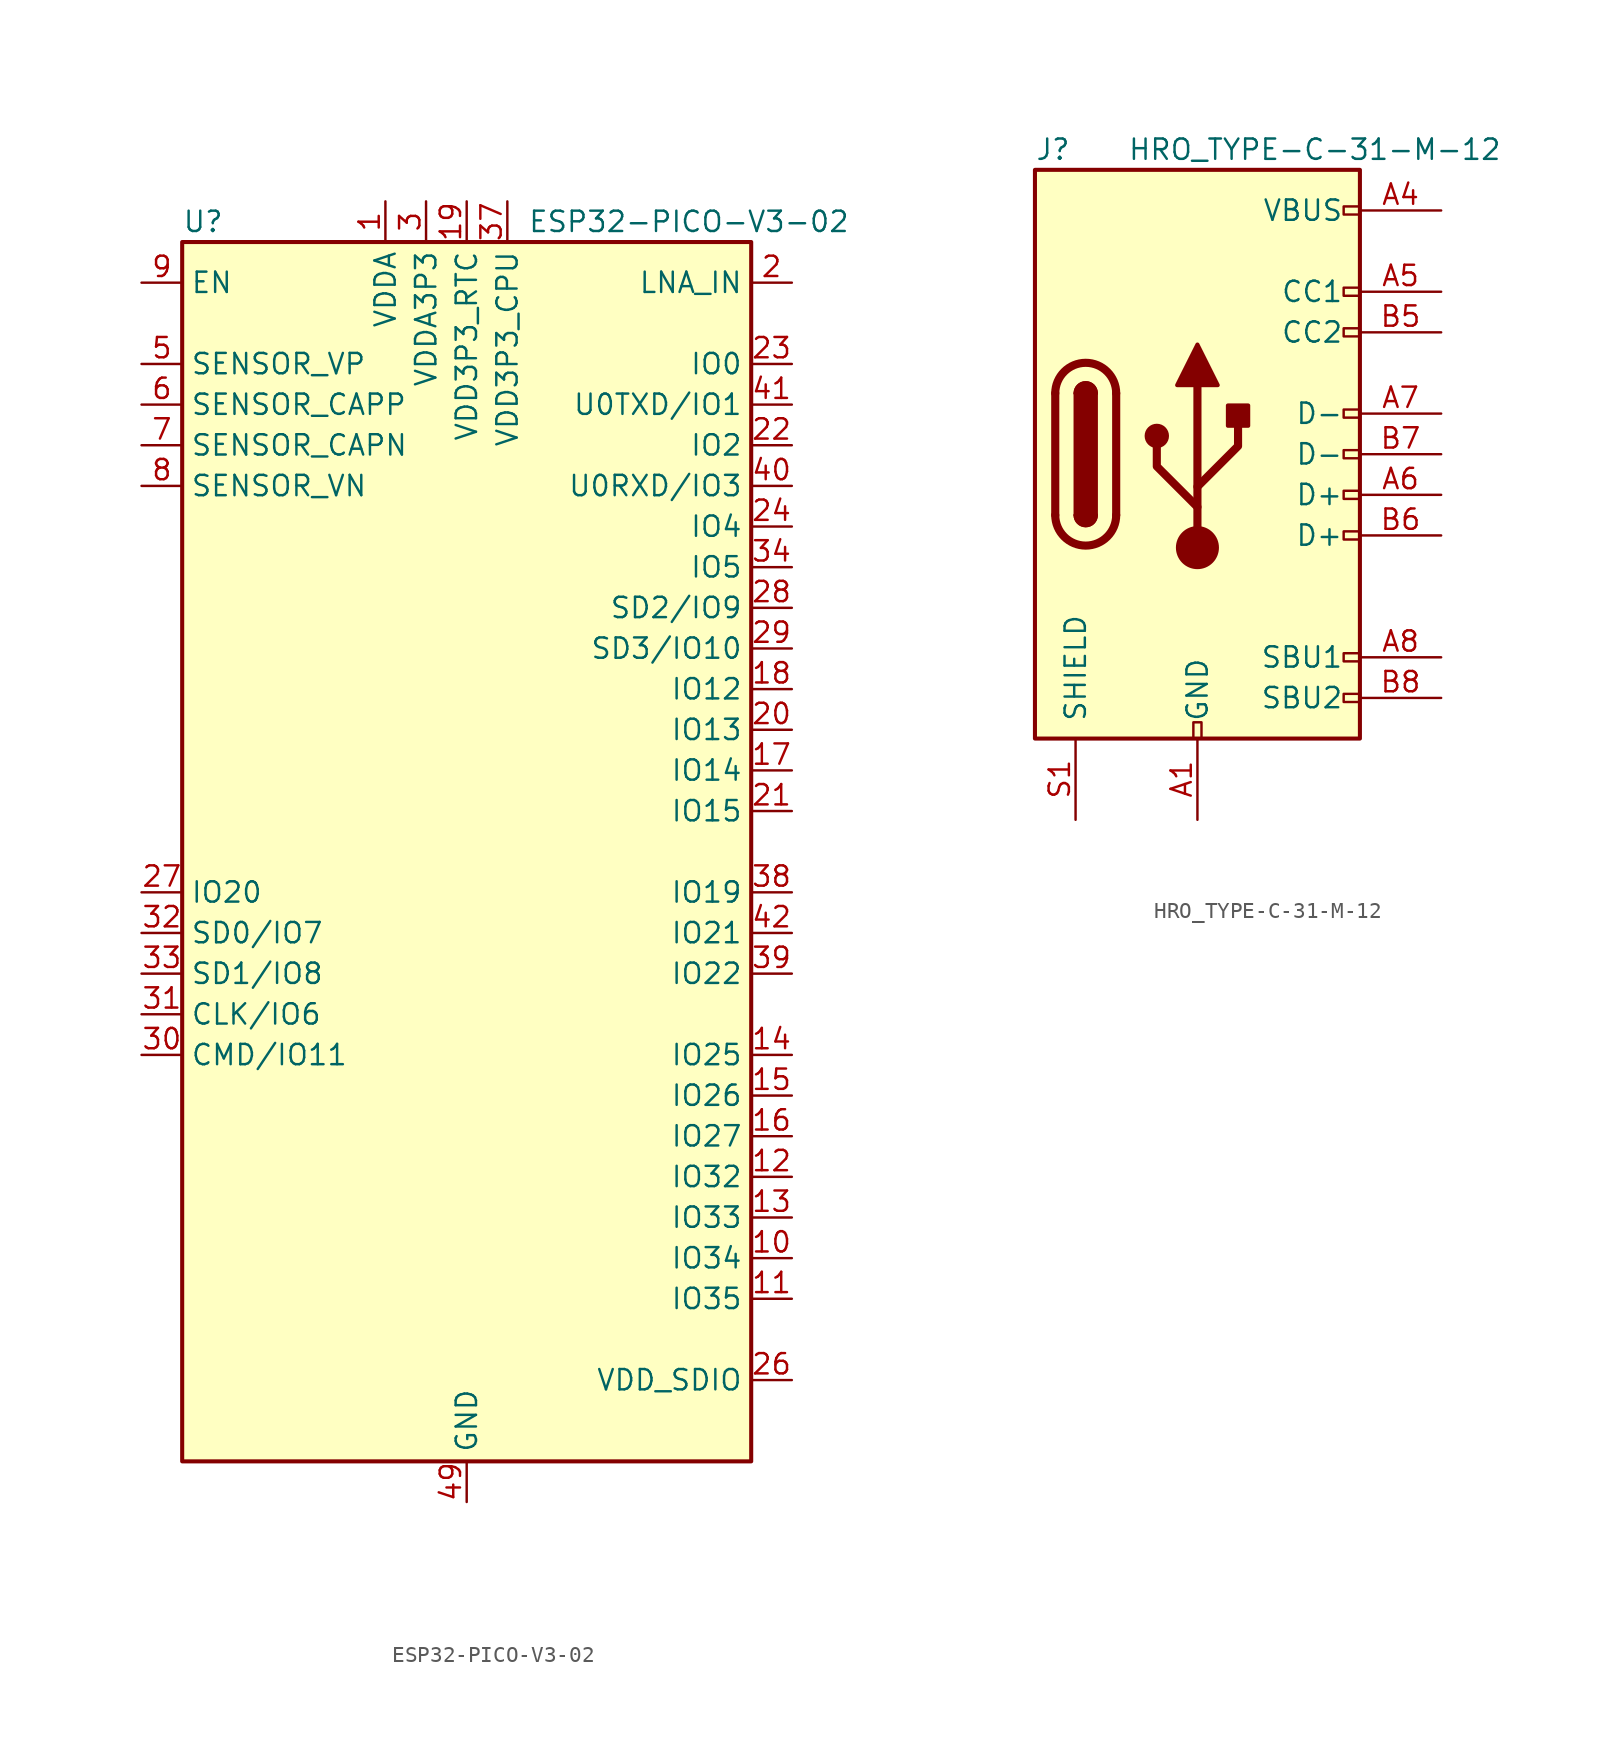
<source format=kicad_sym>
(kicad_symbol_lib
  (version 20220914)
  (generator kicad_symbol_editor)
  (symbol "ESP32-PICO-V3-02"
    (property "Reference" "U"
      (at -17.78 39.37 0)
      (effects (font (size 1.27 1.27)) (justify left)))
    (property "Value" "ESP32-PICO-V3-02"
      (at 3.81 39.37 0)
      (effects (font (size 1.27 1.27)) (justify left)))
    (symbol "ESP32-PICO-V3-02_0_0"
      (pin power_in line (at -5.08 40.64 270) (length 2.54) (name "VDDA" (effects (font (size 1.27 1.27)))) (number "1" (effects (font (size 1.27 1.27)))))
      (pin input line (at 20.32 -25.4 180) (length 2.54) (name "IO34" (effects (font (size 1.27 1.27)))) (number "10" (effects (font (size 1.27 1.27)))))
      (pin input line (at 20.32 -27.94 180) (length 2.54) (name "IO35" (effects (font (size 1.27 1.27)))) (number "11" (effects (font (size 1.27 1.27)))))
      (pin bidirectional line (at 20.32 -20.32 180) (length 2.54) (name "IO32" (effects (font (size 1.27 1.27)))) (number "12" (effects (font (size 1.27 1.27)))))
      (pin bidirectional line (at 20.32 -22.86 180) (length 2.54) (name "IO33" (effects (font (size 1.27 1.27)))) (number "13" (effects (font (size 1.27 1.27)))))
      (pin bidirectional line (at 20.32 -12.7 180) (length 2.54) (name "IO25" (effects (font (size 1.27 1.27)))) (number "14" (effects (font (size 1.27 1.27)))))
      (pin bidirectional line (at 20.32 -15.24 180) (length 2.54) (name "IO26" (effects (font (size 1.27 1.27)))) (number "15" (effects (font (size 1.27 1.27)))))
      (pin bidirectional line (at 20.32 -17.78 180) (length 2.54) (name "IO27" (effects (font (size 1.27 1.27)))) (number "16" (effects (font (size 1.27 1.27)))))
      (pin bidirectional line (at 20.32 5.08 180) (length 2.54) (name "IO14" (effects (font (size 1.27 1.27)))) (number "17" (effects (font (size 1.27 1.27)))))
      (pin bidirectional line (at 20.32 10.16 180) (length 2.54) (name "IO12" (effects (font (size 1.27 1.27)))) (number "18" (effects (font (size 1.27 1.27)))))
      (pin power_in line (at 0 40.64 270) (length 2.54) (name "VDD3P3_RTC" (effects (font (size 1.27 1.27)))) (number "19" (effects (font (size 1.27 1.27)))))
      (pin bidirectional line (at 20.32 35.56 180) (length 2.54) (name "LNA_IN" (effects (font (size 1.27 1.27)))) (number "2" (effects (font (size 1.27 1.27)))))
      (pin bidirectional line (at 20.32 7.62 180) (length 2.54) (name "IO13" (effects (font (size 1.27 1.27)))) (number "20" (effects (font (size 1.27 1.27)))))
      (pin bidirectional line (at 20.32 2.54 180) (length 2.54) (name "IO15" (effects (font (size 1.27 1.27)))) (number "21" (effects (font (size 1.27 1.27)))))
      (pin bidirectional line (at 20.32 25.4 180) (length 2.54) (name "IO2" (effects (font (size 1.27 1.27)))) (number "22" (effects (font (size 1.27 1.27)))))
      (pin bidirectional line (at 20.32 30.48 180) (length 2.54) (name "IO0" (effects (font (size 1.27 1.27)))) (number "23" (effects (font (size 1.27 1.27)))))
      (pin bidirectional line (at 20.32 20.32 180) (length 2.54) (name "IO4" (effects (font (size 1.27 1.27)))) (number "24" (effects (font (size 1.27 1.27)))))
      (pin no_connect line (at -17.78 0 0) (length 2.54) hide (name "IO16_NC" (effects (font (size 1.27 1.27)))) (number "25" (effects (font (size 1.27 1.27)))))
      (pin power_out line (at 20.32 -33.02 180) (length 2.54) (name "VDD_SDIO" (effects (font (size 1.27 1.27)))) (number "26" (effects (font (size 1.27 1.27)))))
      (pin bidirectional line (at -20.32 -2.54 0) (length 2.54) (name "IO20" (effects (font (size 1.27 1.27)))) (number "27" (effects (font (size 1.27 1.27)))))
      (pin bidirectional line (at 20.32 15.24 180) (length 2.54) (name "SD2/IO9" (effects (font (size 1.27 1.27)))) (number "28" (effects (font (size 1.27 1.27)))))
      (pin bidirectional line (at 20.32 12.7 180) (length 2.54) (name "SD3/IO10" (effects (font (size 1.27 1.27)))) (number "29" (effects (font (size 1.27 1.27)))))
      (pin power_in line (at -2.54 40.64 270) (length 2.54) (name "VDDA3P3" (effects (font (size 1.27 1.27)))) (number "3" (effects (font (size 1.27 1.27)))))
      (pin bidirectional line (at -20.32 -12.7 0) (length 2.54) (name "CMD/IO11" (effects (font (size 1.27 1.27)))) (number "30" (effects (font (size 1.27 1.27)))))
      (pin bidirectional line (at -20.32 -10.16 0) (length 2.54) (name "CLK/IO6" (effects (font (size 1.27 1.27)))) (number "31" (effects (font (size 1.27 1.27)))))
      (pin bidirectional line (at -20.32 -5.08 0) (length 2.54) (name "SD0/IO7" (effects (font (size 1.27 1.27)))) (number "32" (effects (font (size 1.27 1.27)))))
      (pin bidirectional line (at -20.32 -7.62 0) (length 2.54) (name "SD1/IO8" (effects (font (size 1.27 1.27)))) (number "33" (effects (font (size 1.27 1.27)))))
      (pin bidirectional line (at 20.32 17.78 180) (length 2.54) (name "IO5" (effects (font (size 1.27 1.27)))) (number "34" (effects (font (size 1.27 1.27)))))
      (pin no_connect line (at 17.78 0 180) (length 2.54) hide (name "IO18_NC" (effects (font (size 1.27 1.27)))) (number "35" (effects (font (size 1.27 1.27)))))
      (pin no_connect line (at 17.78 -10.16 180) (length 2.54) hide (name "IO23_NC" (effects (font (size 1.27 1.27)))) (number "36" (effects (font (size 1.27 1.27)))))
      (pin power_in line (at 2.54 40.64 270) (length 2.54) (name "VDD3P3_CPU" (effects (font (size 1.27 1.27)))) (number "37" (effects (font (size 1.27 1.27)))))
      (pin bidirectional line (at 20.32 -2.54 180) (length 2.54) (name "IO19" (effects (font (size 1.27 1.27)))) (number "38" (effects (font (size 1.27 1.27)))))
      (pin bidirectional line (at 20.32 -7.62 180) (length 2.54) (name "IO22" (effects (font (size 1.27 1.27)))) (number "39" (effects (font (size 1.27 1.27)))))
      (pin passive line (at -2.54 40.64 270) (length 2.54) hide (name "VDDA3P3" (effects (font (size 1.27 1.27)))) (number "4" (effects (font (size 1.27 1.27)))))
      (pin bidirectional line (at 20.32 22.86 180) (length 2.54) (name "U0RXD/IO3" (effects (font (size 1.27 1.27)))) (number "40" (effects (font (size 1.27 1.27)))))
      (pin bidirectional line (at 20.32 27.94 180) (length 2.54) (name "U0TXD/IO1" (effects (font (size 1.27 1.27)))) (number "41" (effects (font (size 1.27 1.27)))))
      (pin bidirectional line (at 20.32 -5.08 180) (length 2.54) (name "IO21" (effects (font (size 1.27 1.27)))) (number "42" (effects (font (size 1.27 1.27)))))
      (pin passive line (at -5.08 40.64 270) (length 2.54) hide (name "VDDA" (effects (font (size 1.27 1.27)))) (number "43" (effects (font (size 1.27 1.27)))))
      (pin no_connect line (at -17.78 -25.4 0) (length 2.54) hide (name "XTAL_N_NC" (effects (font (size 1.27 1.27)))) (number "44" (effects (font (size 1.27 1.27)))))
      (pin no_connect line (at -17.78 -27.94 0) (length 2.54) hide (name "XTAL_P_NC" (effects (font (size 1.27 1.27)))) (number "45" (effects (font (size 1.27 1.27)))))
      (pin passive line (at -5.08 40.64 270) (length 2.54) hide (name "VDDA" (effects (font (size 1.27 1.27)))) (number "46" (effects (font (size 1.27 1.27)))))
      (pin no_connect line (at -17.78 -30.48 0) (length 2.54) hide (name "CAP2_NC" (effects (font (size 1.27 1.27)))) (number "47" (effects (font (size 1.27 1.27)))))
      (pin no_connect line (at -17.78 -33.02 0) (length 2.54) hide (name "CAP1_NC" (effects (font (size 1.27 1.27)))) (number "48" (effects (font (size 1.27 1.27)))))
      (pin power_in line (at 0 -40.64 90) (length 2.54) (name "GND" (effects (font (size 1.27 1.27)))) (number "49" (effects (font (size 1.27 1.27)))))
      (pin input line (at -20.32 30.48 0) (length 2.54) (name "SENSOR_VP" (effects (font (size 1.27 1.27)))) (number "5" (effects (font (size 1.27 1.27)))))
      (pin input line (at -20.32 27.94 0) (length 2.54) (name "SENSOR_CAPP" (effects (font (size 1.27 1.27)))) (number "6" (effects (font (size 1.27 1.27)))))
      (pin input line (at -20.32 25.4 0) (length 2.54) (name "SENSOR_CAPN" (effects (font (size 1.27 1.27)))) (number "7" (effects (font (size 1.27 1.27)))))
      (pin input line (at -20.32 22.86 0) (length 2.54) (name "SENSOR_VN" (effects (font (size 1.27 1.27)))) (number "8" (effects (font (size 1.27 1.27)))))
      (pin input line (at -20.32 35.56 0) (length 2.54) (name "EN" (effects (font (size 1.27 1.27)))) (number "9" (effects (font (size 1.27 1.27))))))
    (symbol "ESP32-PICO-V3-02_0_1"
      (rectangle (start -17.78 38.1) (end 17.78 -38.1) (stroke (width 0.254) (type default)) (fill (type background)))))
  (symbol "HRO_TYPE-C-31-M-12"
    (pin_names
      (offset 1.016))
    (property "Reference" "J"
      (at -10.16 19.05 0)
      (effects (font (size 1.27 1.27)) (justify left)))
    (property "Value" "HRO_TYPE-C-31-M-12"
      (at 19.05 19.05 0)
      (effects (font (size 1.27 1.27)) (justify right)))
    (symbol "HRO_TYPE-C-31-M-12_0_0"
      (rectangle (start -0.254 -17.78) (end 0.254 -16.764) (stroke (width 0) (type default)) (fill (type none)))
      (rectangle (start 10.16 -14.986) (end 9.144 -15.494) (stroke (width 0) (type default)) (fill (type none)))
      (rectangle (start 10.16 -12.446) (end 9.144 -12.954) (stroke (width 0) (type default)) (fill (type none)))
      (rectangle (start 10.16 -4.826) (end 9.144 -5.334) (stroke (width 0) (type default)) (fill (type none)))
      (rectangle (start 10.16 -2.286) (end 9.144 -2.794) (stroke (width 0) (type default)) (fill (type none)))
      (rectangle (start 10.16 0.254) (end 9.144 -0.254) (stroke (width 0) (type default)) (fill (type none)))
      (rectangle (start 10.16 2.794) (end 9.144 2.286) (stroke (width 0) (type default)) (fill (type none)))
      (rectangle (start 10.16 7.874) (end 9.144 7.366) (stroke (width 0) (type default)) (fill (type none)))
      (rectangle (start 10.16 10.414) (end 9.144 9.906) (stroke (width 0) (type default)) (fill (type none)))
      (rectangle (start 10.16 15.494) (end 9.144 14.986) (stroke (width 0) (type default)) (fill (type none))))
    (symbol "HRO_TYPE-C-31-M-12_0_1"
      (rectangle (start -10.16 17.78) (end 10.16 -17.78) (stroke (width 0.254) (type default)) (fill (type background)))
      (arc (start -8.89 -3.81) (mid -6.985 -5.7067) (end -5.08 -3.81) (stroke (width 0.508) (type default)) (fill (type none)))
      (arc (start -7.62 -3.81) (mid -6.985 -4.4423) (end -6.35 -3.81) (stroke (width 0.254) (type default)) (fill (type none)))
      (arc (start -7.62 -3.81) (mid -6.985 -4.4423) (end -6.35 -3.81) (stroke (width 0.254) (type default)) (fill (type outline)))
      (rectangle (start -7.62 -3.81) (end -6.35 3.81) (stroke (width 0.254) (type default)) (fill (type outline)))
      (arc (start -6.35 3.81) (mid -6.985 4.4423) (end -7.62 3.81) (stroke (width 0.254) (type default)) (fill (type none)))
      (arc (start -6.35 3.81) (mid -6.985 4.4423) (end -7.62 3.81) (stroke (width 0.254) (type default)) (fill (type outline)))
      (arc (start -5.08 3.81) (mid -6.985 5.7067) (end -8.89 3.81) (stroke (width 0.508) (type default)) (fill (type none)))
      (circle (center -2.54 1.143) (radius 0.635) (stroke (width 0.254) (type default)) (fill (type outline)))
      (circle (center 0 -5.842) (radius 1.27) (stroke (width 0) (type default)) (fill (type outline)))
      (polyline (pts (xy -8.89 -3.81) (xy -8.89 3.81)) (stroke (width 0.508) (type default)) (fill (type none)))
      (polyline (pts (xy -5.08 3.81) (xy -5.08 -3.81)) (stroke (width 0.508) (type default)) (fill (type none)))
      (polyline (pts (xy 0 -5.842) (xy 0 4.318)) (stroke (width 0.508) (type default)) (fill (type none)))
      (polyline (pts (xy 0 -3.302) (xy -2.54 -0.762) (xy -2.54 0.508)) (stroke (width 0.508) (type default)) (fill (type none)))
      (polyline (pts (xy 0 -2.032) (xy 2.54 0.508) (xy 2.54 1.778)) (stroke (width 0.508) (type default)) (fill (type none)))
      (polyline (pts (xy -1.27 4.318) (xy 0 6.858) (xy 1.27 4.318) (xy -1.27 4.318)) (stroke (width 0.254) (type default)) (fill (type outline)))
      (rectangle (start 1.905 1.778) (end 3.175 3.048) (stroke (width 0.254) (type default)) (fill (type outline))))
    (symbol "HRO_TYPE-C-31-M-12_1_1"
      (pin power_in line (at 0 -22.86 90) (length 5.08) (name "GND" (effects (font (size 1.27 1.27)))) (number "A1" (effects (font (size 1.27 1.27)))))
      (pin passive line (at 0 -22.86 90) (length 5.08) hide (name "GND" (effects (font (size 1.27 1.27)))) (number "A12" (effects (font (size 1.27 1.27)))))
      (pin power_in line (at 15.24 15.24 180) (length 5.08) (name "VBUS" (effects (font (size 1.27 1.27)))) (number "A4" (effects (font (size 1.27 1.27)))))
      (pin bidirectional line (at 15.24 10.16 180) (length 5.08) (name "CC1" (effects (font (size 1.27 1.27)))) (number "A5" (effects (font (size 1.27 1.27)))))
      (pin bidirectional line (at 15.24 -2.54 180) (length 5.08) (name "D+" (effects (font (size 1.27 1.27)))) (number "A6" (effects (font (size 1.27 1.27)))))
      (pin bidirectional line (at 15.24 2.54 180) (length 5.08) (name "D-" (effects (font (size 1.27 1.27)))) (number "A7" (effects (font (size 1.27 1.27)))))
      (pin bidirectional line (at 15.24 -12.7 180) (length 5.08) (name "SBU1" (effects (font (size 1.27 1.27)))) (number "A8" (effects (font (size 1.27 1.27)))))
      (pin passive line (at 15.24 15.24 180) (length 5.08) hide (name "VBUS" (effects (font (size 1.27 1.27)))) (number "A9" (effects (font (size 1.27 1.27)))))
      (pin passive line (at 0 -22.86 90) (length 5.08) hide (name "GND" (effects (font (size 1.27 1.27)))) (number "B1" (effects (font (size 1.27 1.27)))))
      (pin passive line (at 0 -22.86 90) (length 5.08) hide (name "GND" (effects (font (size 1.27 1.27)))) (number "B12" (effects (font (size 1.27 1.27)))))
      (pin passive line (at 15.24 15.24 180) (length 5.08) hide (name "VBUS" (effects (font (size 1.27 1.27)))) (number "B4" (effects (font (size 1.27 1.27)))))
      (pin bidirectional line (at 15.24 7.62 180) (length 5.08) (name "CC2" (effects (font (size 1.27 1.27)))) (number "B5" (effects (font (size 1.27 1.27)))))
      (pin bidirectional line (at 15.24 -5.08 180) (length 5.08) (name "D+" (effects (font (size 1.27 1.27)))) (number "B6" (effects (font (size 1.27 1.27)))))
      (pin bidirectional line (at 15.24 0 180) (length 5.08) (name "D-" (effects (font (size 1.27 1.27)))) (number "B7" (effects (font (size 1.27 1.27)))))
      (pin bidirectional line (at 15.24 -15.24 180) (length 5.08) (name "SBU2" (effects (font (size 1.27 1.27)))) (number "B8" (effects (font (size 1.27 1.27)))))
      (pin passive line (at 15.24 15.24 180) (length 5.08) hide (name "VBUS" (effects (font (size 1.27 1.27)))) (number "B9" (effects (font (size 1.27 1.27)))))
      (pin passive line (at -7.62 -22.86 90) (length 5.08) (name "SHIELD" (effects (font (size 1.27 1.27)))) (number "S1" (effects (font (size 1.27 1.27))))))))
</source>
